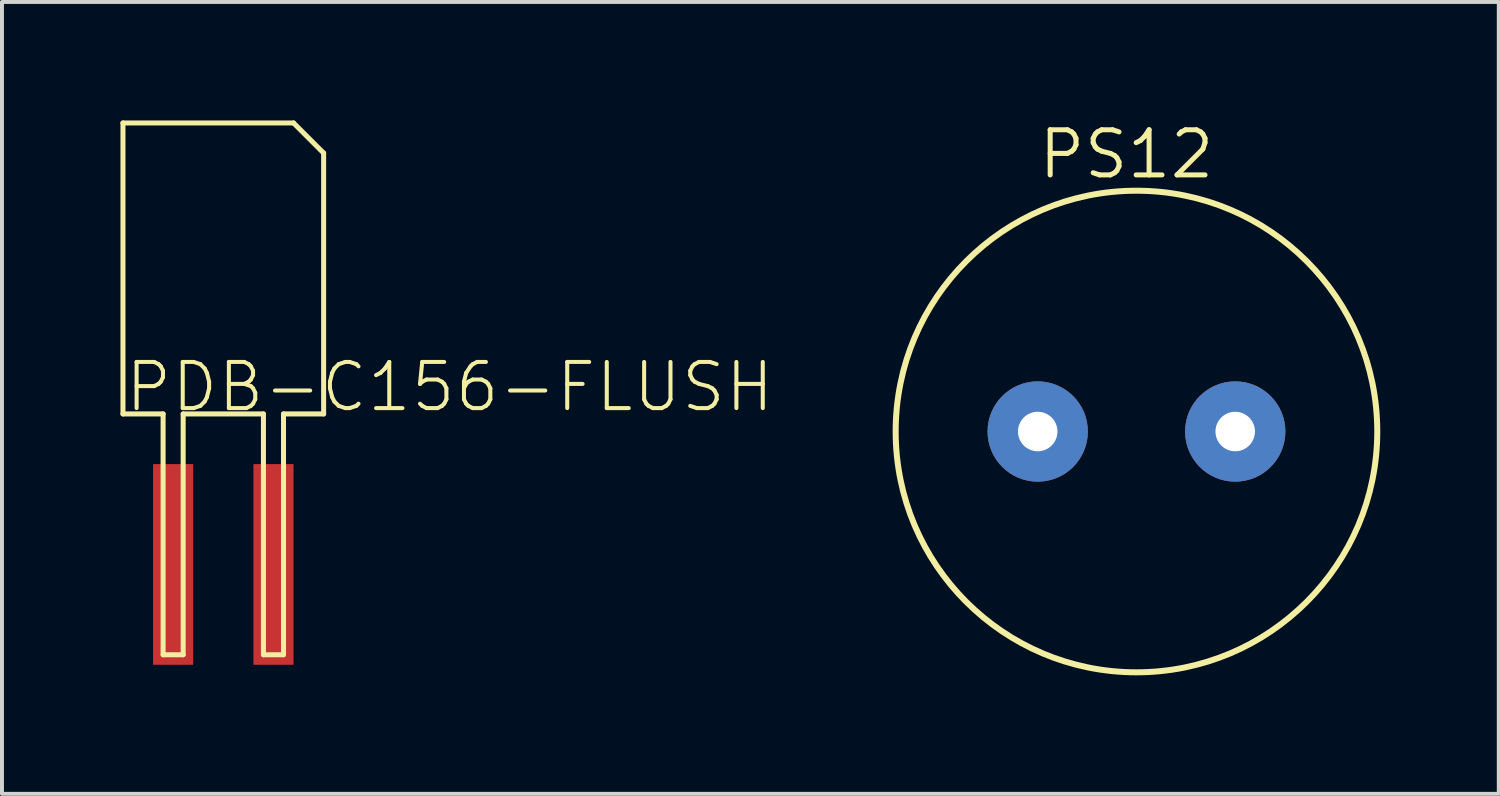
<source format=kicad_pcb>
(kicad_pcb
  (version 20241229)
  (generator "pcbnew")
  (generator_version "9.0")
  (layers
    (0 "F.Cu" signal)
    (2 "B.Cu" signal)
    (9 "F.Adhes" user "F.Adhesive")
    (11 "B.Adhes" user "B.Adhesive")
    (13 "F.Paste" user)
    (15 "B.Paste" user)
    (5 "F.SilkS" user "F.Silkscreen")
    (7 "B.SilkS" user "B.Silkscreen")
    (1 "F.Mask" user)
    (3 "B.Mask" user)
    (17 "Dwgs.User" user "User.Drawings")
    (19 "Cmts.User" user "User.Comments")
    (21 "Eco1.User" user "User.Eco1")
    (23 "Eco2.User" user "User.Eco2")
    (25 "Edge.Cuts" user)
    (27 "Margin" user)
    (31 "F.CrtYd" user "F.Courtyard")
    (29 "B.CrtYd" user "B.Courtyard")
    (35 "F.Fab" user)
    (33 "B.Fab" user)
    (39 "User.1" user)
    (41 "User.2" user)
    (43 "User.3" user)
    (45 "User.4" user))
  (footprint "PDB-C156-FLUSH"
    (layer "F.Cu")
    (at 2.603 11.239)
    (property "Reference" "PDB-C156-FLUSH" (at -2.54 -3.81 0) (layer "F.SilkS") (effects (font (size 1.168 1.168) (thickness 0.102)) (justify left bottom)))
    (fp_line (start -2.54 -11.176) (end 1.778 -11.176) (stroke (width 0.127) (type solid)) (layer "F.SilkS"))
    (fp_line (start -2.54 -3.81) (end -2.54 -11.176) (stroke (width 0.127) (type solid)) (layer "F.SilkS"))
    (fp_line (start -1.524 -3.81) (end -2.54 -3.81) (stroke (width 0.127) (type solid)) (layer "F.SilkS"))
    (fp_line (start -1.524 2.286) (end -1.524 -3.81) (stroke (width 0.127) (type solid)) (layer "F.SilkS"))
    (fp_line (start -1.016 -3.81) (end -1.016 2.286) (stroke (width 0.127) (type solid)) (layer "F.SilkS"))
    (fp_line (start -1.016 2.286) (end -1.524 2.286) (stroke (width 0.127) (type solid)) (layer "F.SilkS"))
    (fp_line (start 1.016 -3.81) (end -1.016 -3.81) (stroke (width 0.127) (type solid)) (layer "F.SilkS"))
    (fp_line (start 1.016 2.286) (end 1.016 -3.81) (stroke (width 0.127) (type solid)) (layer "F.SilkS"))
    (fp_line (start 1.524 -3.81) (end 1.524 2.286) (stroke (width 0.127) (type solid)) (layer "F.SilkS"))
    (fp_line (start 1.524 2.286) (end 1.016 2.286) (stroke (width 0.127) (type solid)) (layer "F.SilkS"))
    (fp_line (start 1.778 -11.176) (end 2.54 -10.414) (stroke (width 0.127) (type solid)) (layer "F.SilkS"))
    (fp_line (start 2.54 -10.414) (end 2.54 -3.81) (stroke (width 0.127) (type solid)) (layer "F.SilkS"))
    (fp_line (start 2.54 -3.81) (end 1.524 -3.81) (stroke (width 0.127) (type solid)) (layer "F.SilkS"))
    (pad "A" smd rect (at -1.27 0 270) (size 5.08 1.016) (layers "F.Cu" "F.Mask" "F.Paste"))
    (pad "C" smd rect (at 1.27 0 270) (size 5.08 1.016) (layers "F.Cu" "F.Mask" "F.Paste")))
  (footprint "PS12"
    (layer "F.Cu")
    (at 25.72 7.874)
    (property "Reference" "PS12" (at -2.54 -6.35 0) (layer "F.SilkS") (effects (font (size 1.143 1.143) (thickness 0.127)) (justify left bottom)))
    (fp_circle (center 0 0) (end 6.096 0) (stroke (width 0.152) (type solid)) (fill no) (layer "F.SilkS"))
    (pad "P$1" thru_hole circle (at -2.5 0) (size 2.54 2.54) (drill 1) (layers "*.Cu" "*.Mask"))
    (pad "P$2" thru_hole circle (at 2.5 0) (size 2.54 2.54) (drill 1) (layers "*.Cu" "*.Mask")))
  (gr_rect
    (start -3 -3)
    (end 34.892 17.046)
    (stroke (width 0.1) (type default))
    (fill no)
    (layer "Edge.Cuts")))
</source>
